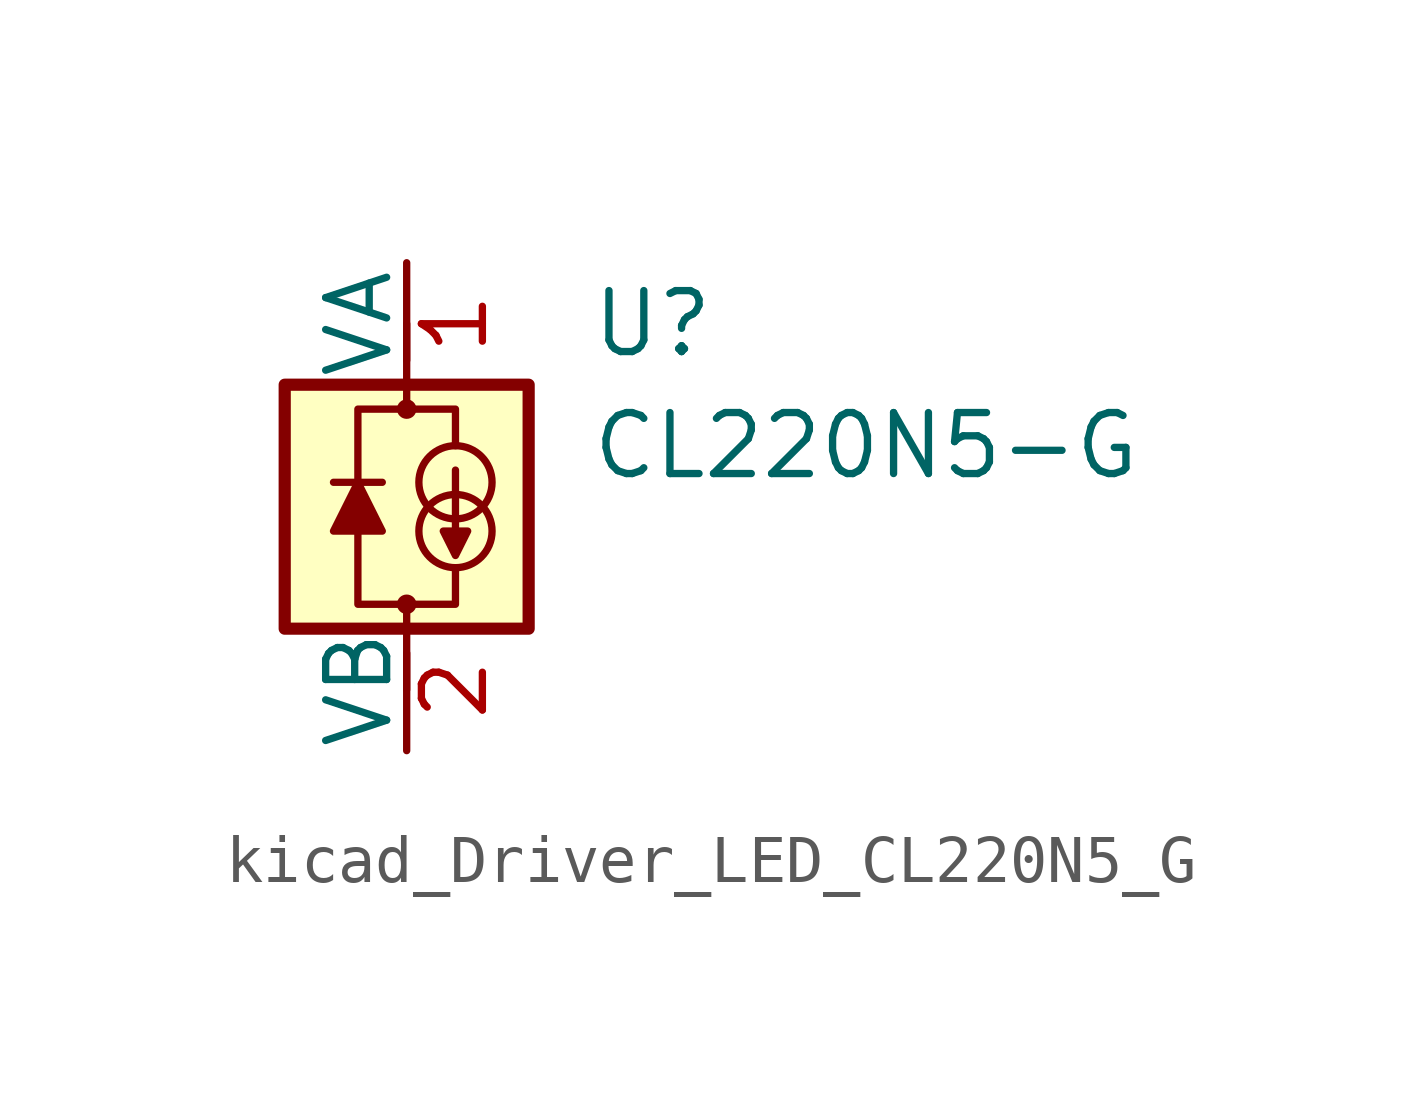
<source format=kicad_sym>
(kicad_symbol_lib
  (version 20220914)
  (generator kicad_symbol_editor)
  (symbol "kicad_Driver_LED_CL220N5_G"
    (pin_names
      (offset 0))
    (property "Reference" "U"
      (at 3.81 3.81 0)
      (effects (font (size 1.27 1.27)) (justify left)))
    (property "Value" "CL220N5-G"
      (at 3.81 1.27 0)
      (effects (font (size 1.27 1.27)) (justify left)))
    (symbol "kicad_Driver_LED_CL220N5_G_0_1"
      (rectangle (start -2.54 2.54) (end 2.54 -2.54) (stroke (width 0.254) (type default)) (fill (type background)))
      (circle (center 0 -2.032) (radius 0.127) (stroke (width 0) (type default)) (fill (type none)))
      (polyline (pts (xy -1.524 0.508) (xy -0.508 0.508)) (stroke (width 0) (type default)) (fill (type none)))
      (polyline (pts (xy 0 -3.048) (xy 0 -3.81)) (stroke (width 0) (type default)) (fill (type none)))
      (polyline (pts (xy 0 -2.032) (xy 0 -2.54)) (stroke (width 0) (type default)) (fill (type none)))
      (polyline (pts (xy 0 2.032) (xy 0 2.54)) (stroke (width 0) (type default)) (fill (type none)))
      (polyline (pts (xy 0 3.048) (xy 0 3.81)) (stroke (width 0) (type default)) (fill (type none)))
      (polyline (pts (xy -1.016 -0.508) (xy -1.016 -2.032) (xy 1.016 -2.032) (xy 1.016 -1.27)) (stroke (width 0) (type default)) (fill (type none)))
      (polyline (pts (xy -1.016 0.508) (xy -1.524 -0.508) (xy -0.508 -0.508) (xy -1.016 0.508)) (stroke (width 0) (type default)) (fill (type outline)))
      (polyline (pts (xy 1.016 1.27) (xy 1.016 2.032) (xy -1.016 2.032) (xy -1.016 0.508)) (stroke (width 0) (type default)) (fill (type none)))
      (polyline (pts (xy 1.016 0.762) (xy 1.016 -1.016) (xy 0.762 -0.508) (xy 1.27 -0.508) (xy 1.016 -1.016)) (stroke (width 0) (type default)) (fill (type outline)))
      (circle (center 0 2.032) (radius 0.127) (stroke (width 0) (type default)) (fill (type none)))
      (circle (center 1.016 -0.508) (radius 0.762) (stroke (width 0) (type default)) (fill (type none)))
      (circle (center 1.016 0.508) (radius 0.762) (stroke (width 0) (type default)) (fill (type none))))
    (symbol "kicad_Driver_LED_CL220N5_G_1_1"
      (pin input line (at 0 5.08 270) (length 2.54) (name "VA" (effects (font (size 1.27 1.27)))) (number "1" (effects (font (size 1.27 1.27)))))
      (pin input line (at 0 -5.08 90) (length 2.54) (name "VB" (effects (font (size 1.27 1.27)))) (number "2" (effects (font (size 1.27 1.27))))))))
</source>
